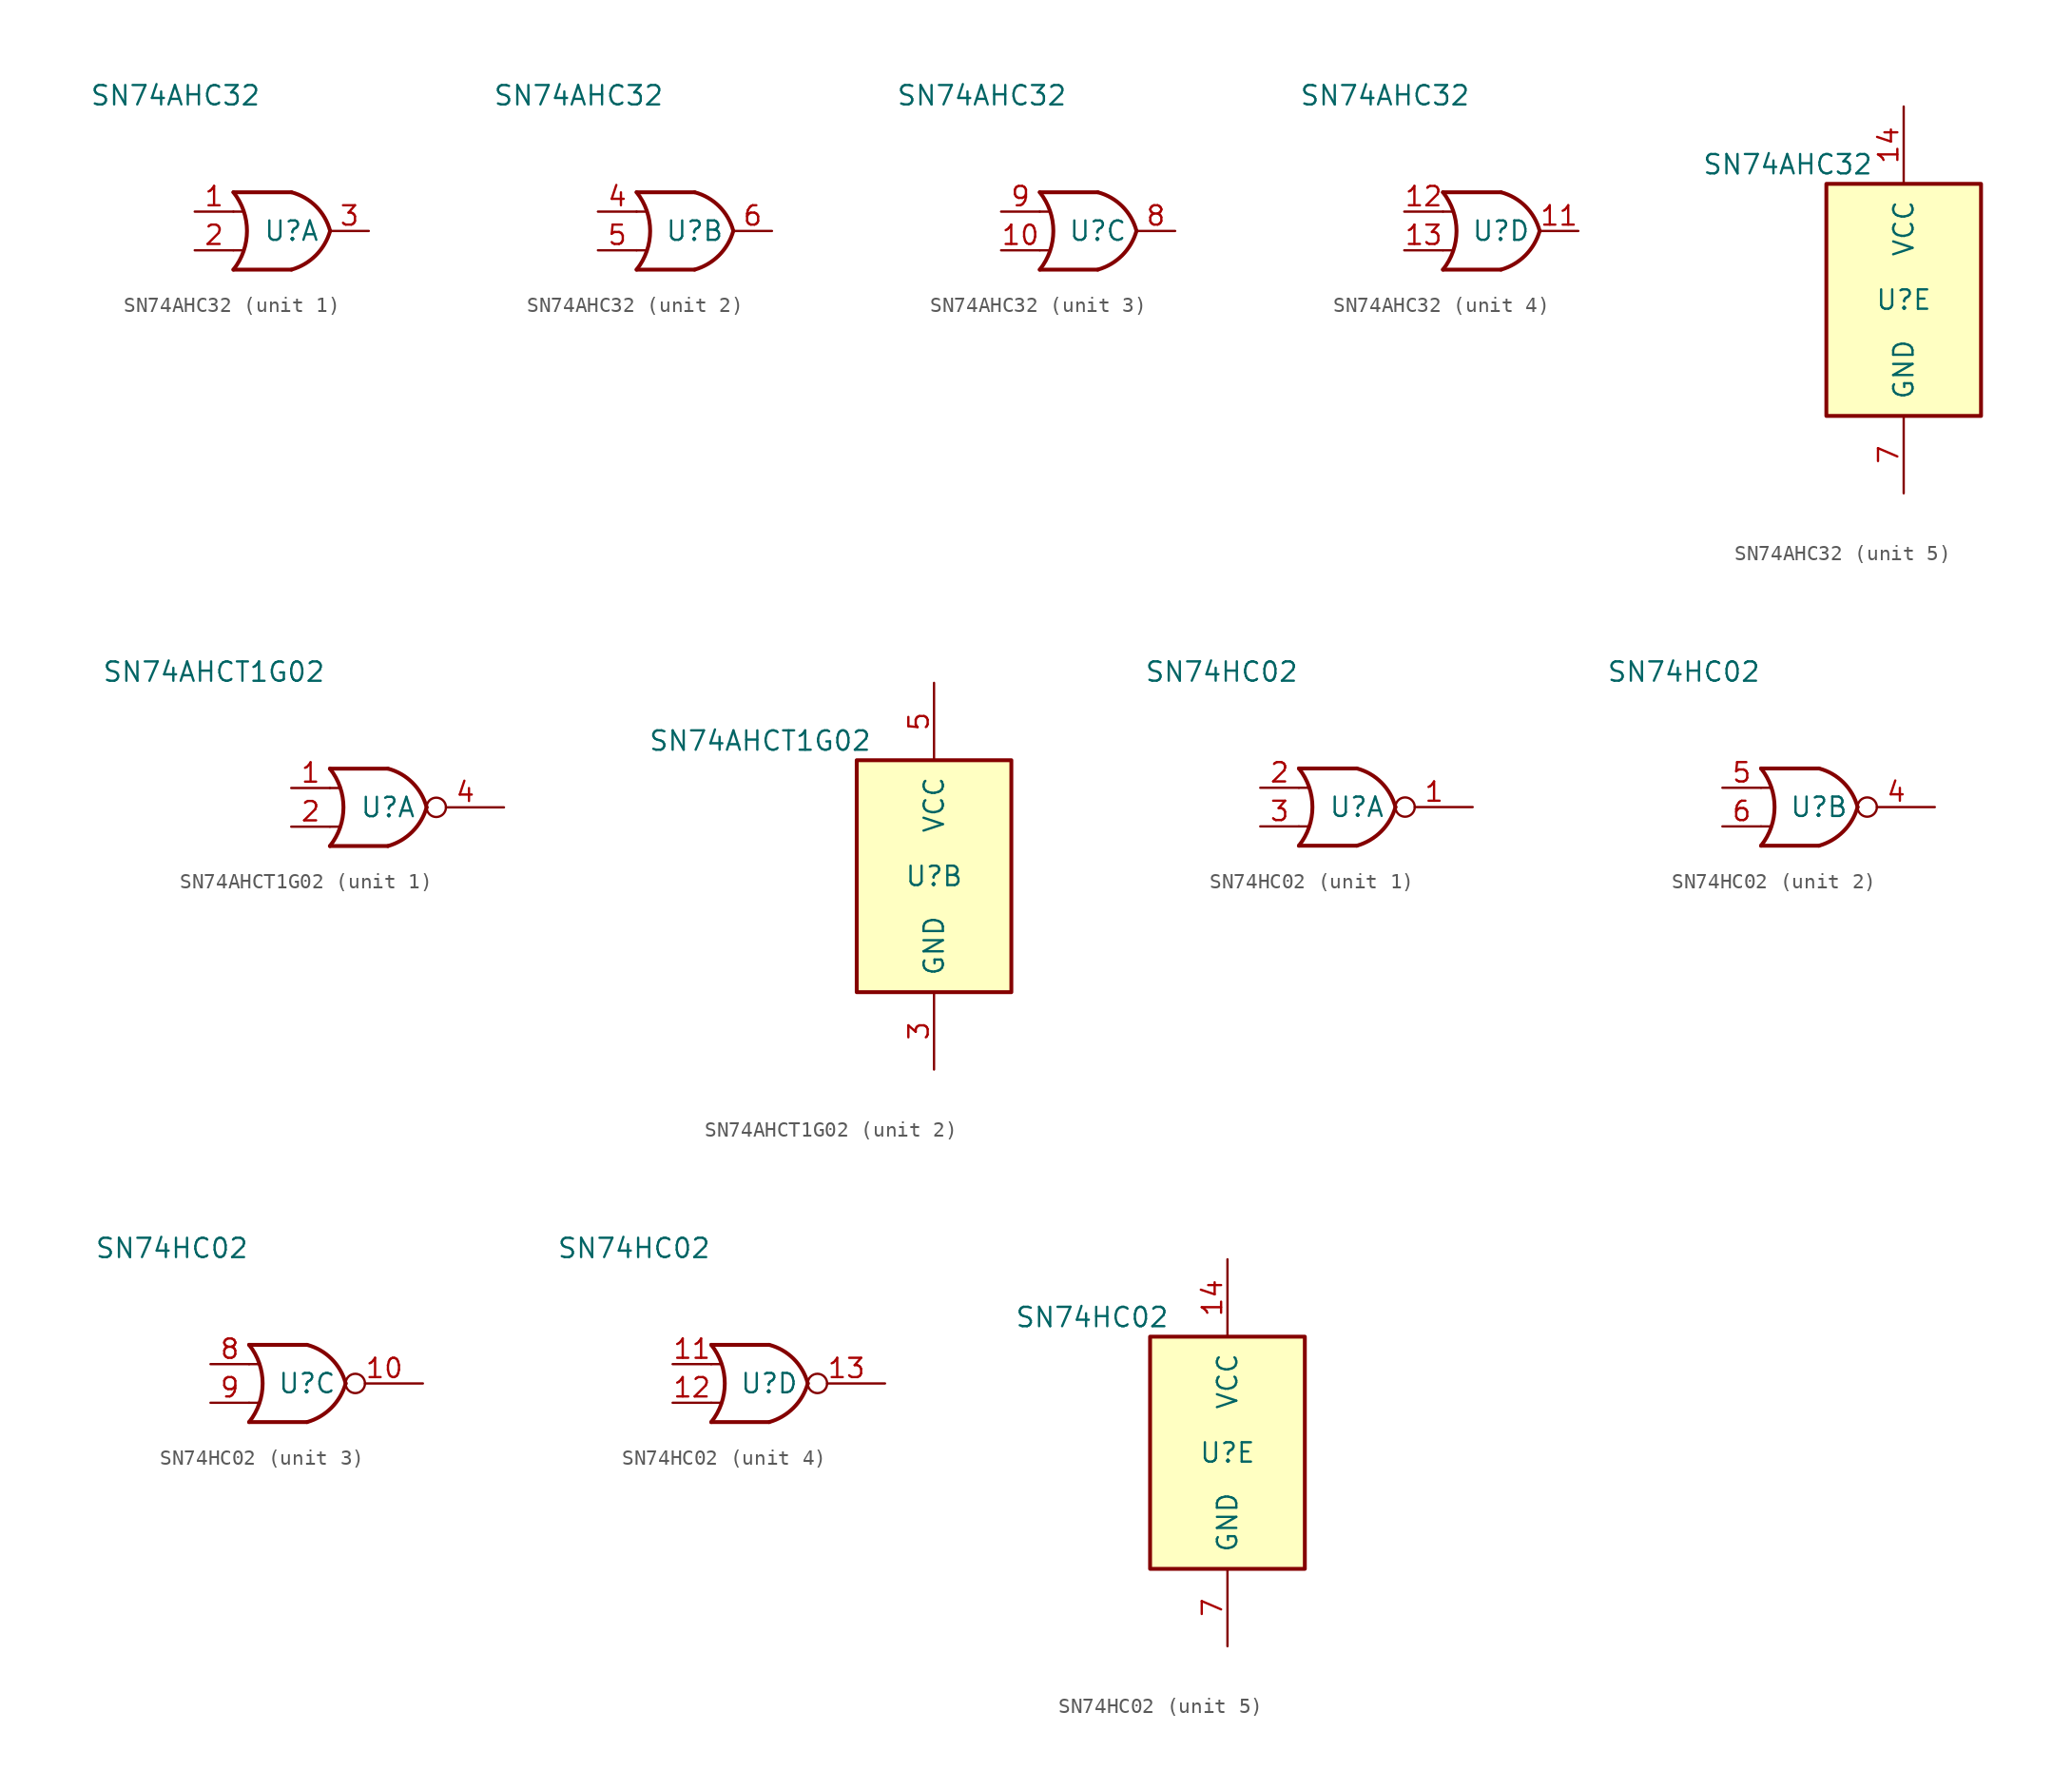
<source format=kicad_sym>
(kicad_symbol_lib
  (version 20241209)
  (generator "kicad_symbol_editor")
  (generator_version "9.0")
  (symbol "SN74AHC32"
    (pin_names
      (offset 1.016))
    (property "Reference" "U"
      (at 0 0 0)
      (effects (font (size 1.27 1.27))))
    (property "Value" "SN74AHC32"
      (at -7.62 8.89 0)
      (effects (font (size 1.27 1.27))))
    (property "ki_locked" ""
      (at 0 0 0)
      (effects (font (size 1.27 1.27))))
    (symbol "SN74AHC32_1_1"
      (arc (start -3.81 2.54) (mid -2.919 0) (end -3.81 -2.54) (stroke (width 0.254) (type solid)) (fill (type none)))
      (polyline (pts (xy -3.81 1.27) (xy -3.175 1.27)) (stroke (width 0) (type solid)) (fill (type none)))
      (polyline (pts (xy -3.81 -1.27) (xy -3.175 -1.27)) (stroke (width 0) (type solid)) (fill (type none)))
      (arc (start 2.54 0) (mid 1.601 -1.601) (end 0 -2.54) (stroke (width 0.254) (type solid)) (fill (type none)))
      (arc (start 0 2.54) (mid 1.6136 1.6136) (end 2.54 0) (stroke (width 0.254) (type solid)) (fill (type none)))
      (polyline (pts (xy 0 2.54) (xy -3.81 2.54)) (stroke (width 0.254) (type solid)) (fill (type background)))
      (polyline (pts (xy 0 -2.54) (xy -3.81 -2.54)) (stroke (width 0.254) (type solid)) (fill (type background)))
      (pin input line (at -6.35 1.27 0) (length 2.54) (name "~" (effects (font (size 1.27 1.27)))) (number "1" (effects (font (size 1.27 1.27)))))
      (pin input line (at -6.35 -1.27 0) (length 2.54) (name "~" (effects (font (size 1.27 1.27)))) (number "2" (effects (font (size 1.27 1.27)))))
      (pin output line (at 5.08 0 180) (length 2.54) (name "~" (effects (font (size 1.27 1.27)))) (number "3" (effects (font (size 1.27 1.27))))))
    (symbol "SN74AHC32_2_1"
      (arc (start -3.81 2.54) (mid -2.919 0) (end -3.81 -2.54) (stroke (width 0.254) (type solid)) (fill (type none)))
      (polyline (pts (xy -3.81 1.27) (xy -3.175 1.27)) (stroke (width 0) (type solid)) (fill (type none)))
      (polyline (pts (xy -3.81 -1.27) (xy -3.175 -1.27)) (stroke (width 0) (type solid)) (fill (type none)))
      (arc (start 2.54 0) (mid 1.601 -1.601) (end 0 -2.54) (stroke (width 0.254) (type solid)) (fill (type none)))
      (arc (start 0 2.54) (mid 1.6136 1.6136) (end 2.54 0) (stroke (width 0.254) (type solid)) (fill (type none)))
      (polyline (pts (xy 0 2.54) (xy -3.81 2.54)) (stroke (width 0.254) (type solid)) (fill (type background)))
      (polyline (pts (xy 0 -2.54) (xy -3.81 -2.54)) (stroke (width 0.254) (type solid)) (fill (type background)))
      (pin input line (at -6.35 1.27 0) (length 2.54) (name "~" (effects (font (size 1.27 1.27)))) (number "4" (effects (font (size 1.27 1.27)))))
      (pin input line (at -6.35 -1.27 0) (length 2.54) (name "~" (effects (font (size 1.27 1.27)))) (number "5" (effects (font (size 1.27 1.27)))))
      (pin output line (at 5.08 0 180) (length 2.54) (name "~" (effects (font (size 1.27 1.27)))) (number "6" (effects (font (size 1.27 1.27))))))
    (symbol "SN74AHC32_3_1"
      (arc (start -3.81 2.54) (mid -2.919 0) (end -3.81 -2.54) (stroke (width 0.254) (type solid)) (fill (type none)))
      (polyline (pts (xy -3.81 1.27) (xy -3.175 1.27)) (stroke (width 0) (type solid)) (fill (type none)))
      (polyline (pts (xy -3.81 -1.27) (xy -3.175 -1.27)) (stroke (width 0) (type solid)) (fill (type none)))
      (arc (start 2.54 0) (mid 1.601 -1.601) (end 0 -2.54) (stroke (width 0.254) (type solid)) (fill (type none)))
      (arc (start 0 2.54) (mid 1.6136 1.6136) (end 2.54 0) (stroke (width 0.254) (type solid)) (fill (type none)))
      (polyline (pts (xy 0 2.54) (xy -3.81 2.54)) (stroke (width 0.254) (type solid)) (fill (type background)))
      (polyline (pts (xy 0 -2.54) (xy -3.81 -2.54)) (stroke (width 0.254) (type solid)) (fill (type background)))
      (pin input line (at -6.35 1.27 0) (length 2.54) (name "~" (effects (font (size 1.27 1.27)))) (number "9" (effects (font (size 1.27 1.27)))))
      (pin input line (at -6.35 -1.27 0) (length 2.54) (name "~" (effects (font (size 1.27 1.27)))) (number "10" (effects (font (size 1.27 1.27)))))
      (pin output line (at 5.08 0 180) (length 2.54) (name "~" (effects (font (size 1.27 1.27)))) (number "8" (effects (font (size 1.27 1.27))))))
    (symbol "SN74AHC32_4_1"
      (arc (start -3.81 2.54) (mid -2.919 0) (end -3.81 -2.54) (stroke (width 0.254) (type solid)) (fill (type none)))
      (polyline (pts (xy -3.81 1.27) (xy -3.175 1.27)) (stroke (width 0) (type solid)) (fill (type none)))
      (polyline (pts (xy -3.81 -1.27) (xy -3.175 -1.27)) (stroke (width 0) (type solid)) (fill (type none)))
      (arc (start 2.54 0) (mid 1.601 -1.601) (end 0 -2.54) (stroke (width 0.254) (type solid)) (fill (type none)))
      (arc (start 0 2.54) (mid 1.6136 1.6136) (end 2.54 0) (stroke (width 0.254) (type solid)) (fill (type none)))
      (polyline (pts (xy 0 2.54) (xy -3.81 2.54)) (stroke (width 0.254) (type solid)) (fill (type background)))
      (polyline (pts (xy 0 -2.54) (xy -3.81 -2.54)) (stroke (width 0.254) (type solid)) (fill (type background)))
      (pin input line (at -6.35 1.27 0) (length 2.54) (name "~" (effects (font (size 1.27 1.27)))) (number "12" (effects (font (size 1.27 1.27)))))
      (pin input line (at -6.35 -1.27 0) (length 2.54) (name "~" (effects (font (size 1.27 1.27)))) (number "13" (effects (font (size 1.27 1.27)))))
      (pin output line (at 5.08 0 180) (length 2.54) (name "~" (effects (font (size 1.27 1.27)))) (number "11" (effects (font (size 1.27 1.27))))))
    (symbol "SN74AHC32_5_1"
      (rectangle (start -5.08 7.62) (end 5.08 -7.62) (stroke (width 0.254) (type solid)) (fill (type background)))
      (pin power_in line (at 0 12.7 270) (length 5.08) (name "VCC" (effects (font (size 1.27 1.27)))) (number "14" (effects (font (size 1.27 1.27)))))
      (pin power_in line (at 0 -12.7 90) (length 5.08) (name "GND" (effects (font (size 1.27 1.27)))) (number "7" (effects (font (size 1.27 1.27)))))))
  (symbol "SN74AHCT1G02"
    (pin_names
      (offset 1.016))
    (property "Reference" "U"
      (at 0 0 0)
      (effects (font (size 1.27 1.27))))
    (property "Value" "SN74AHCT1G02"
      (at -11.43 8.89 0)
      (effects (font (size 1.27 1.27))))
    (symbol "SN74AHCT1G02_1_1"
      (arc (start -3.81 2.54) (mid -2.919 0) (end -3.81 -2.54) (stroke (width 0.254) (type solid)) (fill (type none)))
      (polyline (pts (xy -3.81 1.27) (xy -3.175 1.27)) (stroke (width 0) (type solid)) (fill (type none)))
      (polyline (pts (xy -3.81 -1.27) (xy -3.175 -1.27)) (stroke (width 0) (type solid)) (fill (type none)))
      (arc (start 2.54 0) (mid 1.601 -1.601) (end 0 -2.54) (stroke (width 0.254) (type solid)) (fill (type none)))
      (arc (start 0 2.54) (mid 1.6136 1.6136) (end 2.54 0) (stroke (width 0.254) (type solid)) (fill (type none)))
      (polyline (pts (xy 0 2.54) (xy -3.81 2.54)) (stroke (width 0.254) (type solid)) (fill (type background)))
      (polyline (pts (xy 0 -2.54) (xy -3.81 -2.54)) (stroke (width 0.254) (type solid)) (fill (type background)))
      (pin input line (at -6.35 1.27 0) (length 2.54) (name "~" (effects (font (size 1.27 1.27)))) (number "1" (effects (font (size 1.27 1.27)))))
      (pin input line (at -6.35 -1.27 0) (length 2.54) (name "~" (effects (font (size 1.27 1.27)))) (number "2" (effects (font (size 1.27 1.27)))))
      (pin output inverted (at 7.62 0 180) (length 5.08) (name "~" (effects (font (size 1.27 1.27)))) (number "4" (effects (font (size 1.27 1.27))))))
    (symbol "SN74AHCT1G02_2_1"
      (rectangle (start -5.08 7.62) (end 5.08 -7.62) (stroke (width 0.254) (type solid)) (fill (type background)))
      (pin power_in line (at 0 12.7 270) (length 5.08) (name "VCC" (effects (font (size 1.27 1.27)))) (number "5" (effects (font (size 1.27 1.27)))))
      (pin power_in line (at 0 -12.7 90) (length 5.08) (name "GND" (effects (font (size 1.27 1.27)))) (number "3" (effects (font (size 1.27 1.27)))))))
  (symbol "SN74HC02"
    (pin_names
      (offset 1.016))
    (property "Reference" "U"
      (at 0 0 0)
      (effects (font (size 1.27 1.27))))
    (property "Value" "SN74HC02"
      (at -8.89 8.89 0)
      (effects (font (size 1.27 1.27))))
    (symbol "SN74HC02_1_1"
      (arc (start -3.81 2.54) (mid -2.919 0) (end -3.81 -2.54) (stroke (width 0.254) (type solid)) (fill (type none)))
      (polyline (pts (xy -3.81 1.27) (xy -3.175 1.27)) (stroke (width 0) (type solid)) (fill (type none)))
      (polyline (pts (xy -3.81 -1.27) (xy -3.175 -1.27)) (stroke (width 0) (type solid)) (fill (type none)))
      (arc (start 2.54 0) (mid 1.601 -1.601) (end 0 -2.54) (stroke (width 0.254) (type solid)) (fill (type none)))
      (arc (start 0 2.54) (mid 1.6136 1.6136) (end 2.54 0) (stroke (width 0.254) (type solid)) (fill (type none)))
      (polyline (pts (xy 0 2.54) (xy -3.81 2.54)) (stroke (width 0.254) (type solid)) (fill (type background)))
      (polyline (pts (xy 0 -2.54) (xy -3.81 -2.54)) (stroke (width 0.254) (type solid)) (fill (type background)))
      (pin input line (at -6.35 1.27 0) (length 2.54) (name "~" (effects (font (size 1.27 1.27)))) (number "2" (effects (font (size 1.27 1.27)))))
      (pin input line (at -6.35 -1.27 0) (length 2.54) (name "~" (effects (font (size 1.27 1.27)))) (number "3" (effects (font (size 1.27 1.27)))))
      (pin output inverted (at 7.62 0 180) (length 5.08) (name "~" (effects (font (size 1.27 1.27)))) (number "1" (effects (font (size 1.27 1.27))))))
    (symbol "SN74HC02_2_1"
      (arc (start -3.81 2.54) (mid -2.919 0) (end -3.81 -2.54) (stroke (width 0.254) (type solid)) (fill (type none)))
      (polyline (pts (xy -3.81 1.27) (xy -3.175 1.27)) (stroke (width 0) (type solid)) (fill (type none)))
      (polyline (pts (xy -3.81 -1.27) (xy -3.175 -1.27)) (stroke (width 0) (type solid)) (fill (type none)))
      (arc (start 2.54 0) (mid 1.601 -1.601) (end 0 -2.54) (stroke (width 0.254) (type solid)) (fill (type none)))
      (arc (start 0 2.54) (mid 1.6136 1.6136) (end 2.54 0) (stroke (width 0.254) (type solid)) (fill (type none)))
      (polyline (pts (xy 0 2.54) (xy -3.81 2.54)) (stroke (width 0.254) (type solid)) (fill (type background)))
      (polyline (pts (xy 0 -2.54) (xy -3.81 -2.54)) (stroke (width 0.254) (type solid)) (fill (type background)))
      (pin input line (at -6.35 1.27 0) (length 2.54) (name "~" (effects (font (size 1.27 1.27)))) (number "5" (effects (font (size 1.27 1.27)))))
      (pin input line (at -6.35 -1.27 0) (length 2.54) (name "~" (effects (font (size 1.27 1.27)))) (number "6" (effects (font (size 1.27 1.27)))))
      (pin output inverted (at 7.62 0 180) (length 5.08) (name "~" (effects (font (size 1.27 1.27)))) (number "4" (effects (font (size 1.27 1.27))))))
    (symbol "SN74HC02_3_1"
      (arc (start -3.81 2.54) (mid -2.919 0) (end -3.81 -2.54) (stroke (width 0.254) (type solid)) (fill (type none)))
      (polyline (pts (xy -3.81 1.27) (xy -3.175 1.27)) (stroke (width 0) (type solid)) (fill (type none)))
      (polyline (pts (xy -3.81 -1.27) (xy -3.175 -1.27)) (stroke (width 0) (type solid)) (fill (type none)))
      (arc (start 2.54 0) (mid 1.601 -1.601) (end 0 -2.54) (stroke (width 0.254) (type solid)) (fill (type none)))
      (arc (start 0 2.54) (mid 1.6136 1.6136) (end 2.54 0) (stroke (width 0.254) (type solid)) (fill (type none)))
      (polyline (pts (xy 0 2.54) (xy -3.81 2.54)) (stroke (width 0.254) (type solid)) (fill (type background)))
      (polyline (pts (xy 0 -2.54) (xy -3.81 -2.54)) (stroke (width 0.254) (type solid)) (fill (type background)))
      (pin input line (at -6.35 1.27 0) (length 2.54) (name "~" (effects (font (size 1.27 1.27)))) (number "8" (effects (font (size 1.27 1.27)))))
      (pin input line (at -6.35 -1.27 0) (length 2.54) (name "~" (effects (font (size 1.27 1.27)))) (number "9" (effects (font (size 1.27 1.27)))))
      (pin output inverted (at 7.62 0 180) (length 5.08) (name "~" (effects (font (size 1.27 1.27)))) (number "10" (effects (font (size 1.27 1.27))))))
    (symbol "SN74HC02_4_1"
      (arc (start -3.81 2.54) (mid -2.919 0) (end -3.81 -2.54) (stroke (width 0.254) (type solid)) (fill (type none)))
      (polyline (pts (xy -3.81 1.27) (xy -3.175 1.27)) (stroke (width 0) (type solid)) (fill (type none)))
      (polyline (pts (xy -3.81 -1.27) (xy -3.175 -1.27)) (stroke (width 0) (type solid)) (fill (type none)))
      (arc (start 2.54 0) (mid 1.601 -1.601) (end 0 -2.54) (stroke (width 0.254) (type solid)) (fill (type none)))
      (arc (start 0 2.54) (mid 1.6136 1.6136) (end 2.54 0) (stroke (width 0.254) (type solid)) (fill (type none)))
      (polyline (pts (xy 0 2.54) (xy -3.81 2.54)) (stroke (width 0.254) (type solid)) (fill (type background)))
      (polyline (pts (xy 0 -2.54) (xy -3.81 -2.54)) (stroke (width 0.254) (type solid)) (fill (type background)))
      (pin input line (at -6.35 1.27 0) (length 2.54) (name "~" (effects (font (size 1.27 1.27)))) (number "11" (effects (font (size 1.27 1.27)))))
      (pin input line (at -6.35 -1.27 0) (length 2.54) (name "~" (effects (font (size 1.27 1.27)))) (number "12" (effects (font (size 1.27 1.27)))))
      (pin output inverted (at 7.62 0 180) (length 5.08) (name "~" (effects (font (size 1.27 1.27)))) (number "13" (effects (font (size 1.27 1.27))))))
    (symbol "SN74HC02_5_1"
      (rectangle (start -5.08 7.62) (end 5.08 -7.62) (stroke (width 0.254) (type solid)) (fill (type background)))
      (pin power_in line (at 0 12.7 270) (length 5.08) (name "VCC" (effects (font (size 1.27 1.27)))) (number "14" (effects (font (size 1.27 1.27)))))
      (pin power_in line (at 0 -12.7 90) (length 5.08) (name "GND" (effects (font (size 1.27 1.27)))) (number "7" (effects (font (size 1.27 1.27))))))))
</source>
